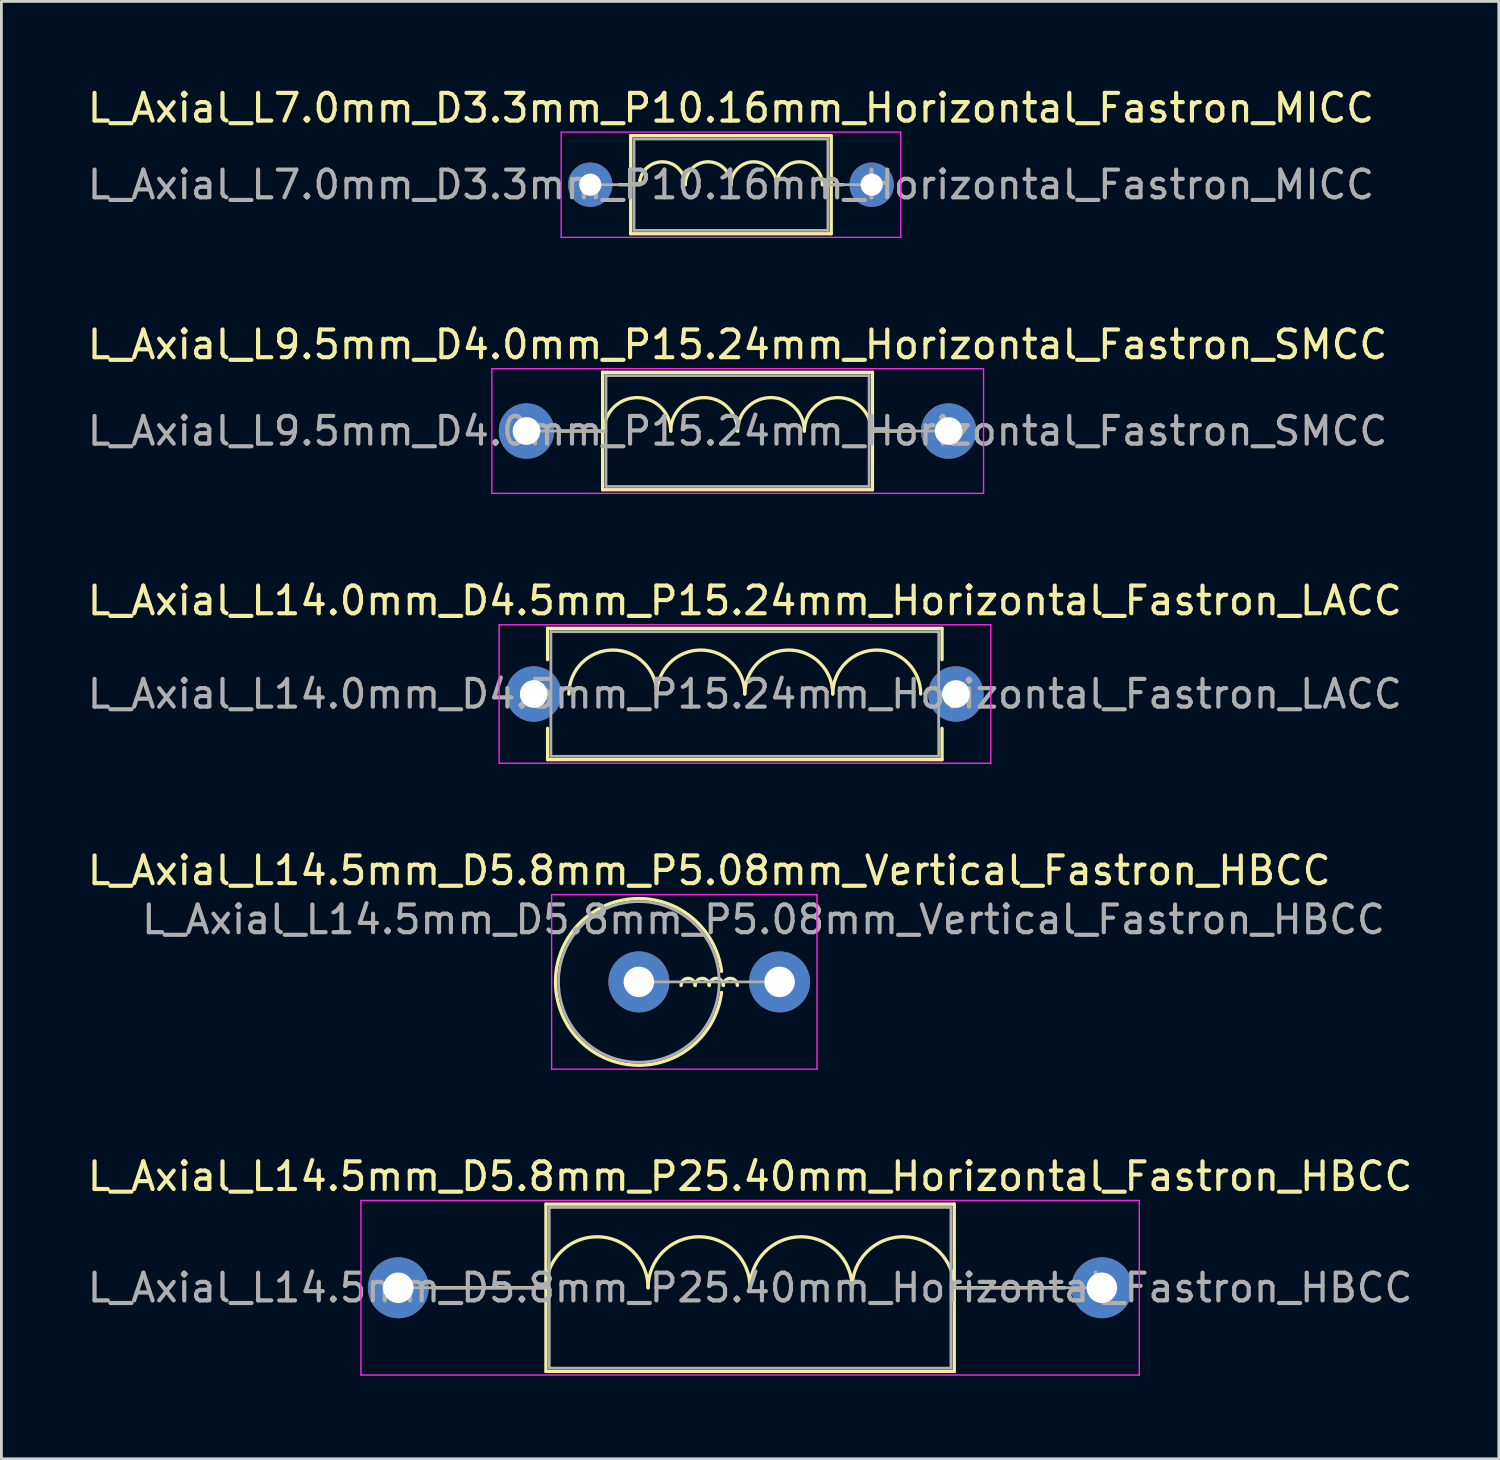
<source format=kicad_pcb>
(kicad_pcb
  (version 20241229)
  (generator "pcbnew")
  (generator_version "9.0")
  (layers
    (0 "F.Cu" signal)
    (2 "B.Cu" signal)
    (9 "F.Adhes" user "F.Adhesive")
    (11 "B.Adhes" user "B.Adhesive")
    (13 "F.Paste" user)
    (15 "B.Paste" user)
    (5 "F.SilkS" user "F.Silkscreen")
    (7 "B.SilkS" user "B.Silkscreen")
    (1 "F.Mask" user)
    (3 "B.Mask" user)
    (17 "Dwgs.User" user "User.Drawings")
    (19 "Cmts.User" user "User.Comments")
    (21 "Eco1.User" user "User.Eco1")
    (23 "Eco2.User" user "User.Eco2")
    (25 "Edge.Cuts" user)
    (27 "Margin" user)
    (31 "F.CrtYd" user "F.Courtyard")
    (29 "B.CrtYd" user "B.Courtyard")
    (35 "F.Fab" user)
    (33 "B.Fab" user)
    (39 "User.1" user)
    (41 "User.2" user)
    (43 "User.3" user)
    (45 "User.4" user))
  (footprint "L_Axial_L9.5mm_D4.0mm_P15.24mm_Horizontal_Fastron_SMCC"
    (layer "F.Cu")
    (at 15.957 12.511)
    (property "Reference" "L_Axial_L9.5mm_D4.0mm_P15.24mm_Horizontal_Fastron_SMCC" (at 7.62 -3.12 0) (layer "F.SilkS") (effects (font (size 1 1) (thickness 0.15))))
    (attr through_hole)
    (fp_line (start 1.24 0) (end 2.75 0) (stroke (width 0.12) (type solid)) (layer "F.SilkS"))
    (fp_line (start 2.75 -2.12) (end 2.75 2.12) (stroke (width 0.12) (type solid)) (layer "F.SilkS"))
    (fp_line (start 2.75 2.12) (end 12.49 2.12) (stroke (width 0.12) (type solid)) (layer "F.SilkS"))
    (fp_line (start 12.446 0) (end 12.49 0) (stroke (width 0.12) (type solid)) (layer "F.SilkS"))
    (fp_line (start 12.49 -2.12) (end 2.75 -2.12) (stroke (width 0.12) (type solid)) (layer "F.SilkS"))
    (fp_line (start 12.49 2.12) (end 12.49 -2.12) (stroke (width 0.12) (type solid)) (layer "F.SilkS"))
    (fp_line (start 14 0) (end 12.49 0) (stroke (width 0.12) (type solid)) (layer "F.SilkS"))
    (fp_arc (start 2.794 0) (mid 4.0005 -1.2065) (end 5.207 0) (stroke (width 0.12) (type solid)) (layer "F.SilkS"))
    (fp_arc (start 5.207 0) (mid 6.4135 -1.2065) (end 7.62 0) (stroke (width 0.12) (type solid)) (layer "F.SilkS"))
    (fp_arc (start 7.62 0) (mid 8.8265 -1.2065) (end 10.033 0) (stroke (width 0.12) (type solid)) (layer "F.SilkS"))
    (fp_arc (start 10.033 0) (mid 11.2395 -1.2065) (end 12.446 0) (stroke (width 0.12) (type solid)) (layer "F.SilkS"))
    (fp_line (start -1.25 -2.25) (end -1.25 2.25) (stroke (width 0.05) (type solid)) (layer "F.CrtYd"))
    (fp_line (start -1.25 2.25) (end 16.5 2.25) (stroke (width 0.05) (type solid)) (layer "F.CrtYd"))
    (fp_line (start 16.5 -2.25) (end -1.25 -2.25) (stroke (width 0.05) (type solid)) (layer "F.CrtYd"))
    (fp_line (start 16.5 2.25) (end 16.5 -2.25) (stroke (width 0.05) (type solid)) (layer "F.CrtYd"))
    (fp_line (start 0 0) (end 2.87 0) (stroke (width 0.1) (type solid)) (layer "F.Fab"))
    (fp_line (start 2.87 -2) (end 2.87 2) (stroke (width 0.1) (type solid)) (layer "F.Fab"))
    (fp_line (start 2.87 2) (end 12.37 2) (stroke (width 0.1) (type solid)) (layer "F.Fab"))
    (fp_line (start 12.37 -2) (end 2.87 -2) (stroke (width 0.1) (type solid)) (layer "F.Fab"))
    (fp_line (start 12.37 2) (end 12.37 -2) (stroke (width 0.1) (type solid)) (layer "F.Fab"))
    (fp_line (start 15.24 0) (end 12.37 0) (stroke (width 0.1) (type solid)) (layer "F.Fab"))
    (fp_text user "${REFERENCE}" (at 7.62 0 0) (layer "F.Fab") (effects (font (size 1 1) (thickness 0.15))))
    (pad "1" thru_hole circle (at 0 0) (size 2 2) (drill 1) (layers "*.Cu" "*.Mask"))
    (pad "2" thru_hole oval (at 15.24 0) (size 2 2) (drill 1) (layers "*.Cu" "*.Mask")))
  (footprint "L_Axial_L7.0mm_D3.3mm_P10.16mm_Horizontal_Fastron_MICC"
    (layer "F.Cu")
    (at 18.259 3.618)
    (property "Reference" "L_Axial_L7.0mm_D3.3mm_P10.16mm_Horizontal_Fastron_MICC" (at 5.08 -2.77 0) (layer "F.SilkS") (effects (font (size 1 1) (thickness 0.15))))
    (attr through_hole)
    (fp_line (start 1.04 0) (end 1.46 0) (stroke (width 0.12) (type solid)) (layer "F.SilkS"))
    (fp_line (start 1.46 -1.77) (end 1.46 1.77) (stroke (width 0.12) (type solid)) (layer "F.SilkS"))
    (fp_line (start 1.46 1.77) (end 8.7 1.77) (stroke (width 0.12) (type solid)) (layer "F.SilkS"))
    (fp_line (start 1.778 0) (end 1.46 0) (stroke (width 0.12) (type solid)) (layer "F.SilkS"))
    (fp_line (start 8.382 0) (end 8.7 0) (stroke (width 0.12) (type solid)) (layer "F.SilkS"))
    (fp_line (start 8.7 -1.77) (end 1.46 -1.77) (stroke (width 0.12) (type solid)) (layer "F.SilkS"))
    (fp_line (start 8.7 1.77) (end 8.7 -1.77) (stroke (width 0.12) (type solid)) (layer "F.SilkS"))
    (fp_line (start 9.12 0) (end 8.7 0) (stroke (width 0.12) (type solid)) (layer "F.SilkS"))
    (fp_arc (start 1.778 0) (mid 2.6035 -0.8255) (end 3.429 0) (stroke (width 0.12) (type solid)) (layer "F.SilkS"))
    (fp_arc (start 3.429 0) (mid 4.2545 -0.8255) (end 5.08 0) (stroke (width 0.12) (type solid)) (layer "F.SilkS"))
    (fp_arc (start 5.08 0) (mid 5.9055 -0.8255) (end 6.731 0) (stroke (width 0.12) (type solid)) (layer "F.SilkS"))
    (fp_arc (start 6.731 0) (mid 7.5565 -0.8255) (end 8.382 0) (stroke (width 0.12) (type solid)) (layer "F.SilkS"))
    (fp_line (start -1.05 -1.9) (end -1.05 1.9) (stroke (width 0.05) (type solid)) (layer "F.CrtYd"))
    (fp_line (start -1.05 1.9) (end 11.21 1.9) (stroke (width 0.05) (type solid)) (layer "F.CrtYd"))
    (fp_line (start 11.21 -1.9) (end -1.05 -1.9) (stroke (width 0.05) (type solid)) (layer "F.CrtYd"))
    (fp_line (start 11.21 1.9) (end 11.21 -1.9) (stroke (width 0.05) (type solid)) (layer "F.CrtYd"))
    (fp_line (start 0 0) (end 1.58 0) (stroke (width 0.1) (type solid)) (layer "F.Fab"))
    (fp_line (start 1.58 -1.65) (end 1.58 1.65) (stroke (width 0.1) (type solid)) (layer "F.Fab"))
    (fp_line (start 1.58 1.65) (end 8.58 1.65) (stroke (width 0.1) (type solid)) (layer "F.Fab"))
    (fp_line (start 8.58 -1.65) (end 1.58 -1.65) (stroke (width 0.1) (type solid)) (layer "F.Fab"))
    (fp_line (start 8.58 1.65) (end 8.58 -1.65) (stroke (width 0.1) (type solid)) (layer "F.Fab"))
    (fp_line (start 10.16 0) (end 8.58 0) (stroke (width 0.1) (type solid)) (layer "F.Fab"))
    (fp_text user "${REFERENCE}" (at 5.08 0 0) (layer "F.Fab") (effects (font (size 1 1) (thickness 0.15))))
    (pad "1" thru_hole circle (at 0 0) (size 1.6 1.6) (drill 0.8) (layers "*.Cu" "*.Mask"))
    (pad "2" thru_hole oval (at 10.16 0) (size 1.6 1.6) (drill 0.8) (layers "*.Cu" "*.Mask")))
  (footprint "L_Axial_L14.5mm_D5.8mm_P25.40mm_Horizontal_Fastron_HBCC"
    (layer "F.Cu")
    (at 11.33 43.441)
    (property "Reference" "L_Axial_L14.5mm_D5.8mm_P25.40mm_Horizontal_Fastron_HBCC" (at 12.7 -4.02 0) (layer "F.SilkS") (effects (font (size 1 1) (thickness 0.15))))
    (attr through_hole)
    (fp_line (start 1.34 0) (end 5.33 0) (stroke (width 0.12) (type solid)) (layer "F.SilkS"))
    (fp_line (start 5.33 -3.02) (end 5.33 3.02) (stroke (width 0.12) (type solid)) (layer "F.SilkS"))
    (fp_line (start 5.33 3.02) (end 20.07 3.02) (stroke (width 0.12) (type solid)) (layer "F.SilkS"))
    (fp_line (start 20.07 -3.02) (end 5.33 -3.02) (stroke (width 0.12) (type solid)) (layer "F.SilkS"))
    (fp_line (start 20.07 3.02) (end 20.07 -3.02) (stroke (width 0.12) (type solid)) (layer "F.SilkS"))
    (fp_line (start 24.06 0) (end 20.07 0) (stroke (width 0.12) (type solid)) (layer "F.SilkS"))
    (fp_arc (start 5.334 0) (mid 7.1755 -1.8415) (end 9.017 0) (stroke (width 0.12) (type solid)) (layer "F.SilkS"))
    (fp_arc (start 9.017 0) (mid 10.8585 -1.8415) (end 12.7 0) (stroke (width 0.12) (type solid)) (layer "F.SilkS"))
    (fp_arc (start 12.7 0) (mid 14.5415 -1.8415) (end 16.383 0) (stroke (width 0.12) (type solid)) (layer "F.SilkS"))
    (fp_arc (start 16.383 0) (mid 18.2245 -1.8415) (end 20.066 0) (stroke (width 0.12) (type solid)) (layer "F.SilkS"))
    (fp_line (start -1.35 -3.15) (end -1.35 3.15) (stroke (width 0.05) (type solid)) (layer "F.CrtYd"))
    (fp_line (start -1.35 3.15) (end 26.75 3.15) (stroke (width 0.05) (type solid)) (layer "F.CrtYd"))
    (fp_line (start 26.75 -3.15) (end -1.35 -3.15) (stroke (width 0.05) (type solid)) (layer "F.CrtYd"))
    (fp_line (start 26.75 3.15) (end 26.75 -3.15) (stroke (width 0.05) (type solid)) (layer "F.CrtYd"))
    (fp_line (start 0 0) (end 5.45 0) (stroke (width 0.1) (type solid)) (layer "F.Fab"))
    (fp_line (start 5.45 -2.9) (end 5.45 2.9) (stroke (width 0.1) (type solid)) (layer "F.Fab"))
    (fp_line (start 5.45 2.9) (end 19.95 2.9) (stroke (width 0.1) (type solid)) (layer "F.Fab"))
    (fp_line (start 19.95 -2.9) (end 5.45 -2.9) (stroke (width 0.1) (type solid)) (layer "F.Fab"))
    (fp_line (start 19.95 2.9) (end 19.95 -2.9) (stroke (width 0.1) (type solid)) (layer "F.Fab"))
    (fp_line (start 25.4 0) (end 19.95 0) (stroke (width 0.1) (type solid)) (layer "F.Fab"))
    (fp_text user "${REFERENCE}" (at 12.7 0 0) (layer "F.Fab") (effects (font (size 1 1) (thickness 0.15))))
    (pad "1" thru_hole circle (at 0 0) (size 2.2 2.2) (drill 1.1) (layers "*.Cu" "*.Mask"))
    (pad "2" thru_hole oval (at 25.4 0) (size 2.2 2.2) (drill 1.1) (layers "*.Cu" "*.Mask")))
  (footprint "L_Axial_L14.5mm_D5.8mm_P5.08mm_Vertical_Fastron_HBCC"
    (layer "F.Cu")
    (at 20.014 32.398)
    (property "Reference" "L_Axial_L14.5mm_D5.8mm_P5.08mm_Vertical_Fastron_HBCC" (at 2.54 -4.02 0) (layer "F.SilkS") (effects (font (size 1 1) (thickness 0.15))))
    (attr through_hole)
    (fp_arc (start 1.524 0.127) (mid 1.778 -0.127) (end 2.032 0.127) (stroke (width 0.12) (type solid)) (layer "F.SilkS"))
    (fp_arc (start 2.032 0.127) (mid 2.286 -0.127) (end 2.54 0.127) (stroke (width 0.12) (type solid)) (layer "F.SilkS"))
    (fp_arc (start 2.54 0.127) (mid 2.794 -0.127) (end 3.048 0.127) (stroke (width 0.12) (type solid)) (layer "F.SilkS"))
    (fp_arc (start 2.9845 0.381) (mid -3.008721 0) (end 2.9845 -0.381) (stroke (width 0.12) (type solid)) (layer "F.SilkS"))
    (fp_arc (start 3.048 0.127) (mid 3.302 -0.127) (end 3.556 0.127) (stroke (width 0.12) (type solid)) (layer "F.SilkS"))
    (fp_line (start -3.15 -3.15) (end -3.15 3.15) (stroke (width 0.05) (type solid)) (layer "F.CrtYd"))
    (fp_line (start -3.15 3.15) (end 6.43 3.15) (stroke (width 0.05) (type solid)) (layer "F.CrtYd"))
    (fp_line (start 6.43 -3.15) (end -3.15 -3.15) (stroke (width 0.05) (type solid)) (layer "F.CrtYd"))
    (fp_line (start 6.43 3.15) (end 6.43 -3.15) (stroke (width 0.05) (type solid)) (layer "F.CrtYd"))
    (fp_line (start 0 0) (end 5.08 0) (stroke (width 0.1) (type solid)) (layer "F.Fab"))
    (fp_circle (center 0 0) (end 2.9 0) (stroke (width 0.1) (type solid)) (fill no) (layer "F.Fab"))
    (fp_text user "${REFERENCE}" (at 4.5 -2.25 0) (layer "F.Fab") (effects (font (size 1 1) (thickness 0.15))))
    (pad "1" thru_hole circle (at 0 0) (size 2.2 2.2) (drill 1.1) (layers "*.Cu" "*.Mask"))
    (pad "2" thru_hole oval (at 5.08 0) (size 2.2 2.2) (drill 1.1) (layers "*.Cu" "*.Mask")))
  (footprint "L_Axial_L14.0mm_D4.5mm_P15.24mm_Horizontal_Fastron_LACC"
    (layer "F.Cu")
    (at 16.219 22.005)
    (property "Reference" "L_Axial_L14.0mm_D4.5mm_P15.24mm_Horizontal_Fastron_LACC" (at 7.62 -3.37 0) (layer "F.SilkS") (effects (font (size 1 1) (thickness 0.15))))
    (attr through_hole)
    (fp_line (start 0.5 -2.37) (end 14.74 -2.37) (stroke (width 0.12) (type solid)) (layer "F.SilkS"))
    (fp_line (start 0.5 -1.24) (end 0.5 -2.37) (stroke (width 0.12) (type solid)) (layer "F.SilkS"))
    (fp_line (start 0.5 1.24) (end 0.5 2.37) (stroke (width 0.12) (type solid)) (layer "F.SilkS"))
    (fp_line (start 0.5 2.37) (end 14.74 2.37) (stroke (width 0.12) (type solid)) (layer "F.SilkS"))
    (fp_line (start 14.74 -2.37) (end 14.74 -1.24) (stroke (width 0.12) (type solid)) (layer "F.SilkS"))
    (fp_line (start 14.74 2.37) (end 14.74 1.24) (stroke (width 0.12) (type solid)) (layer "F.SilkS"))
    (fp_arc (start 1.27 0) (mid 2.8575 -1.5875) (end 4.445 0) (stroke (width 0.12) (type solid)) (layer "F.SilkS"))
    (fp_arc (start 4.445 0) (mid 6.0325 -1.5875) (end 7.62 0) (stroke (width 0.12) (type solid)) (layer "F.SilkS"))
    (fp_arc (start 7.62 0) (mid 9.2075 -1.5875) (end 10.795 0) (stroke (width 0.12) (type solid)) (layer "F.SilkS"))
    (fp_arc (start 10.795 0) (mid 12.3825 -1.5875) (end 13.97 0) (stroke (width 0.12) (type solid)) (layer "F.SilkS"))
    (fp_line (start -1.25 -2.5) (end -1.25 2.5) (stroke (width 0.05) (type solid)) (layer "F.CrtYd"))
    (fp_line (start -1.25 2.5) (end 16.5 2.5) (stroke (width 0.05) (type solid)) (layer "F.CrtYd"))
    (fp_line (start 16.5 -2.5) (end -1.25 -2.5) (stroke (width 0.05) (type solid)) (layer "F.CrtYd"))
    (fp_line (start 16.5 2.5) (end 16.5 -2.5) (stroke (width 0.05) (type solid)) (layer "F.CrtYd"))
    (fp_line (start 0 0) (end 0.62 0) (stroke (width 0.1) (type solid)) (layer "F.Fab"))
    (fp_line (start 0.62 -2.25) (end 0.62 2.25) (stroke (width 0.1) (type solid)) (layer "F.Fab"))
    (fp_line (start 0.62 2.25) (end 14.62 2.25) (stroke (width 0.1) (type solid)) (layer "F.Fab"))
    (fp_line (start 14.62 -2.25) (end 0.62 -2.25) (stroke (width 0.1) (type solid)) (layer "F.Fab"))
    (fp_line (start 14.62 2.25) (end 14.62 -2.25) (stroke (width 0.1) (type solid)) (layer "F.Fab"))
    (fp_line (start 15.24 0) (end 14.62 0) (stroke (width 0.1) (type solid)) (layer "F.Fab"))
    (fp_text user "${REFERENCE}" (at 7.62 0 0) (layer "F.Fab") (effects (font (size 1 1) (thickness 0.15))))
    (pad "1" thru_hole circle (at 0 0) (size 2 2) (drill 1) (layers "*.Cu" "*.Mask"))
    (pad "2" thru_hole oval (at 15.24 0) (size 2 2) (drill 1) (layers "*.Cu" "*.Mask")))
  (gr_rect
    (start -3 -3)
    (end 51.06 49.616)
    (stroke (width 0.1) (type default))
    (fill no)
    (layer "Edge.Cuts")))
</source>
